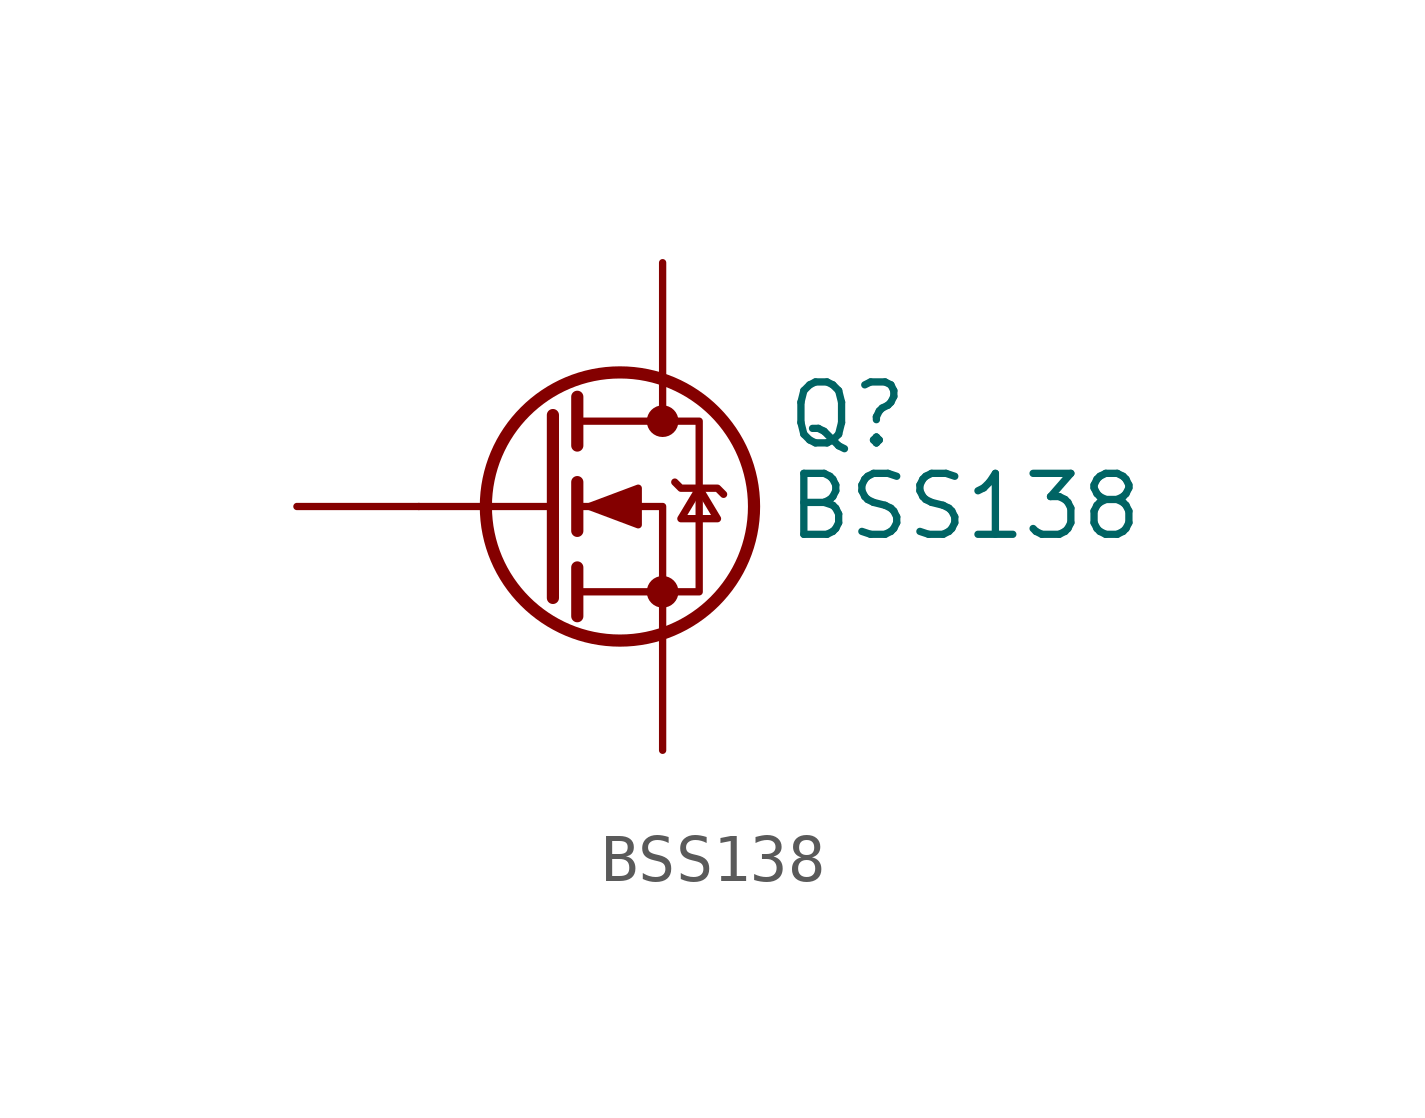
<source format=kicad_sym>
(kicad_symbol_lib
  (version 20220914)
  (generator kicad_symbol_editor)
  (symbol "BSS138"
    (pin_numbers hide)
    (pin_names hide)
    (property "Reference" "Q"
      (at 5.08 1.905 0)
      (effects (font (size 1.27 1.27)) (justify left)))
    (property "Value" "BSS138"
      (at 5.08 0 0)
      (effects (font (size 1.27 1.27)) (justify left)))
    (symbol "BSS138_0_1"
      (polyline (pts (xy 0.254 0) (xy -2.54 0)) (stroke (width 0) (type default)) (fill (type none)))
      (polyline (pts (xy 0.254 1.905) (xy 0.254 -1.905)) (stroke (width 0.254) (type default)) (fill (type none)))
      (polyline (pts (xy 0.762 -1.27) (xy 0.762 -2.286)) (stroke (width 0.254) (type default)) (fill (type none)))
      (polyline (pts (xy 0.762 0.508) (xy 0.762 -0.508)) (stroke (width 0.254) (type default)) (fill (type none)))
      (polyline (pts (xy 0.762 2.286) (xy 0.762 1.27)) (stroke (width 0.254) (type default)) (fill (type none)))
      (polyline (pts (xy 2.54 2.54) (xy 2.54 1.778)) (stroke (width 0) (type default)) (fill (type none)))
      (polyline (pts (xy 2.54 -2.54) (xy 2.54 0) (xy 0.762 0)) (stroke (width 0) (type default)) (fill (type none)))
      (polyline (pts (xy 0.762 -1.778) (xy 3.302 -1.778) (xy 3.302 1.778) (xy 0.762 1.778)) (stroke (width 0) (type default)) (fill (type none)))
      (polyline (pts (xy 1.016 0) (xy 2.032 0.381) (xy 2.032 -0.381) (xy 1.016 0)) (stroke (width 0) (type default)) (fill (type outline)))
      (polyline (pts (xy 2.794 0.508) (xy 2.921 0.381) (xy 3.683 0.381) (xy 3.81 0.254)) (stroke (width 0) (type default)) (fill (type none)))
      (polyline (pts (xy 3.302 0.381) (xy 2.921 -0.254) (xy 3.683 -0.254) (xy 3.302 0.381)) (stroke (width 0) (type default)) (fill (type none)))
      (circle (center 1.651 0) (radius 2.794) (stroke (width 0.254) (type default)) (fill (type none)))
      (circle (center 2.54 -1.778) (radius 0.254) (stroke (width 0) (type default)) (fill (type outline)))
      (circle (center 2.54 1.778) (radius 0.254) (stroke (width 0) (type default)) (fill (type outline))))
    (symbol "BSS138_1_1"
      (pin input line (at -5.08 0 0) (length 2.54) (name "G" (effects (font (size 1.27 1.27)))) (number "1" (effects (font (size 1.27 1.27)))))
      (pin passive line (at 2.54 -5.08 90) (length 2.54) (name "S" (effects (font (size 1.27 1.27)))) (number "2" (effects (font (size 1.27 1.27)))))
      (pin passive line (at 2.54 5.08 270) (length 2.54) (name "D" (effects (font (size 1.27 1.27)))) (number "3" (effects (font (size 1.27 1.27))))))))
</source>
